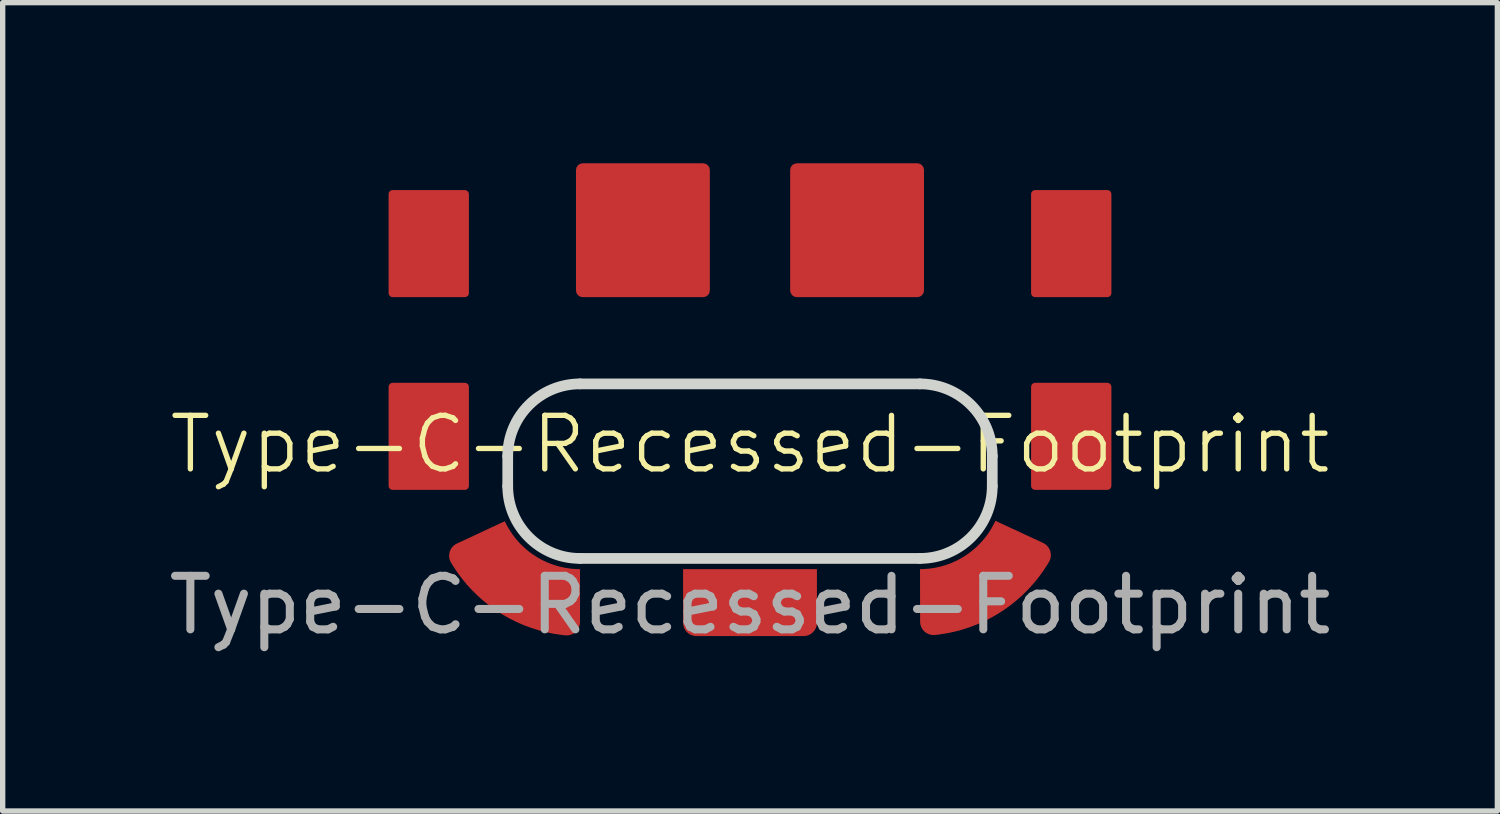
<source format=kicad_pcb>
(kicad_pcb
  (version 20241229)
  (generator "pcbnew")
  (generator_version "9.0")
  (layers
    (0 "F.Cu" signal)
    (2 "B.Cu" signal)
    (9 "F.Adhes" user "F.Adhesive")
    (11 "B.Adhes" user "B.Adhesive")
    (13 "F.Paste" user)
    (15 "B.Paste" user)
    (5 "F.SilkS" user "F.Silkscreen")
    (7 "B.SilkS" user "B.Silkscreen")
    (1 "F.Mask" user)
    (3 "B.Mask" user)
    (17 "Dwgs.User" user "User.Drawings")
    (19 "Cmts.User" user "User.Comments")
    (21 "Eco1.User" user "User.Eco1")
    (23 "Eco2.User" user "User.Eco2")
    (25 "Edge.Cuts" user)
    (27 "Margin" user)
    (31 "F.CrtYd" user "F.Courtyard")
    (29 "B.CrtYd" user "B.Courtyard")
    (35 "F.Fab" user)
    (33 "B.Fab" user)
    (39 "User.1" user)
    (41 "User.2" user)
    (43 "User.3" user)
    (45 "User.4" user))
  (footprint "Type-C-Recessed-Footprint"
    (layer "F.Cu")
    (at 10.958 5.75)
    (property "Reference" "Type-C-Recessed-Footprint" (at 0 -0.5 0) (unlocked yes) (layer "F.SilkS") (effects (font (size 1 1) (thickness 0.1))))
    (attr smd)
    (fp_poly (pts (arc (start 1 3.08) (mid 1.176777 3.006777) (end 1.25 2.83)) (xy 1.25 1.83) (xy -1.25 1.83) (arc (start -1.25 2.830001) (mid -1.176777 3.006777) (end -1.000001 3.08))) (stroke (width 0) (type solid)) (fill yes) (layer "F.Cu"))
    (fp_poly (pts (arc (start -5.474952 1.352485) (mid -5.608133 1.505189) (end -5.584424 1.706421)) (arc (start -5.584424 1.706421) (mid -4.679439 2.641496) (end -3.44951 3.066511)) (arc (start -3.44951 3.066511) (mid -3.257112 3.002956) (end -3.175 2.817717)) (arc (start -3.175 1.829998) (mid -4.007814 1.587257) (end -4.579775 0.935057))) (stroke (width 0) (type solid)) (fill yes) (layer "F.Cu"))
    (fp_poly (pts (arc (start 5.584677 1.694689) (mid 5.607961 1.493408) (end 5.474482 1.340993)) (arc (start 4.583201 0.927659) (mid 4.011473 1.584918) (end 3.175532 1.83)) (arc (start 3.177597 2.813025) (mid 3.260094 2.996107) (end 3.452625 3.059261)) (arc (start 3.452625 3.059261) (mid 4.681658 2.631663) (end 5.584677 1.694689))) (stroke (width 0) (type solid)) (fill yes) (layer "F.Cu"))
    (fp_poly (pts (arc (start 1 3.08) (mid 1.176777 3.006777) (end 1.25 2.83)) (xy 1.25 1.83) (xy -1.25 1.83) (arc (start -1.25 2.830001) (mid -1.176777 3.006777) (end -1.000001 3.08))) (stroke (width 0) (type solid)) (fill yes) (layer "F.Mask"))
    (fp_poly (pts (arc (start -5.474952 1.352485) (mid -5.608133 1.505189) (end -5.584424 1.706421)) (arc (start -5.584424 1.706421) (mid -4.679439 2.641496) (end -3.44951 3.066511)) (arc (start -3.44951 3.066511) (mid -3.257112 3.002956) (end -3.175 2.817717)) (arc (start -3.175 1.829998) (mid -4.007814 1.587257) (end -4.579775 0.935057))) (stroke (width 0) (type solid)) (fill yes) (layer "F.Mask"))
    (fp_poly (pts (arc (start 5.584677 1.694689) (mid 5.607961 1.493408) (end 5.474482 1.340993)) (arc (start 4.583201 0.927659) (mid 4.011473 1.584918) (end 3.175532 1.83)) (arc (start 3.177597 2.813025) (mid 3.260094 2.996107) (end 3.452625 3.059261)) (arc (start 3.452625 3.059261) (mid 4.681658 2.631663) (end 5.584677 1.694689))) (stroke (width 0) (type solid)) (fill yes) (layer "F.Mask"))
    (fp_circle (center 0 0) (end 0.01 0) (stroke (width 0.0001) (type default)) (fill yes) (layer "F.SilkS"))
    (fp_line (start -4.525 -0.28) (end -4.525 0.28) (stroke (width 0.2) (type default)) (layer "Edge.Cuts"))
    (fp_line (start -3.175 1.63) (end 3.175 1.63) (stroke (width 0.2) (type default)) (layer "Edge.Cuts"))
    (fp_line (start 3.175 -1.63) (end -3.175 -1.63) (stroke (width 0.2) (type default)) (layer "Edge.Cuts"))
    (fp_line (start 4.525 0.28) (end 4.525 -0.28) (stroke (width 0.2) (type default)) (layer "Edge.Cuts"))
    (fp_arc (start -4.525 -0.279999) (mid -4.129594 -1.234594) (end -3.174999 -1.63) (stroke (width 0.2) (type default)) (layer "Edge.Cuts"))
    (fp_arc (start -3.174999 1.63) (mid -4.129594 1.234594) (end -4.525 0.279998) (stroke (width 0.2) (type default)) (layer "Edge.Cuts"))
    (fp_arc (start 3.175 -1.63) (mid 4.129594 -1.234594) (end 4.525 -0.28) (stroke (width 0.2) (type default)) (layer "Edge.Cuts"))
    (fp_arc (start 4.525 0.28) (mid 4.129594 1.234594) (end 3.175 1.63) (stroke (width 0.2) (type default)) (layer "Edge.Cuts"))
    (fp_text user "${REFERENCE}" (at 0 2.5 0) (unlocked yes) (layer "F.Fab") (effects (font (size 1 1) (thickness 0.15))))
    (pad "1" smd roundrect (at -2 -4.5) (size 2.5 2.5) (layers "F.Cu" "F.Mask") (roundrect_rratio 0.05))
    (pad "2" smd roundrect (at 2 -4.5) (size 2.5 2.5) (layers "F.Cu" "F.Mask") (roundrect_rratio 0.05))
    (pad "3" smd roundrect (at -6 -4.25) (size 1.5 2) (layers "F.Cu" "F.Mask") (roundrect_rratio 0.05))
    (pad "4" smd roundrect (at -6 -0.65) (size 1.5 2) (layers "F.Cu" "F.Mask") (roundrect_rratio 0.05))
    (pad "5" smd roundrect (at 6 -4.25) (size 1.5 2) (layers "F.Cu" "F.Mask") (roundrect_rratio 0.05))
    (pad "6" smd roundrect (at 6 -0.65) (size 1.5 2) (layers "F.Cu" "F.Mask") (roundrect_rratio 0.05)))
  (gr_rect
    (start -3 -3)
    (end 24.917 12.098)
    (stroke (width 0.1) (type default))
    (fill no)
    (layer "Edge.Cuts")))
</source>
